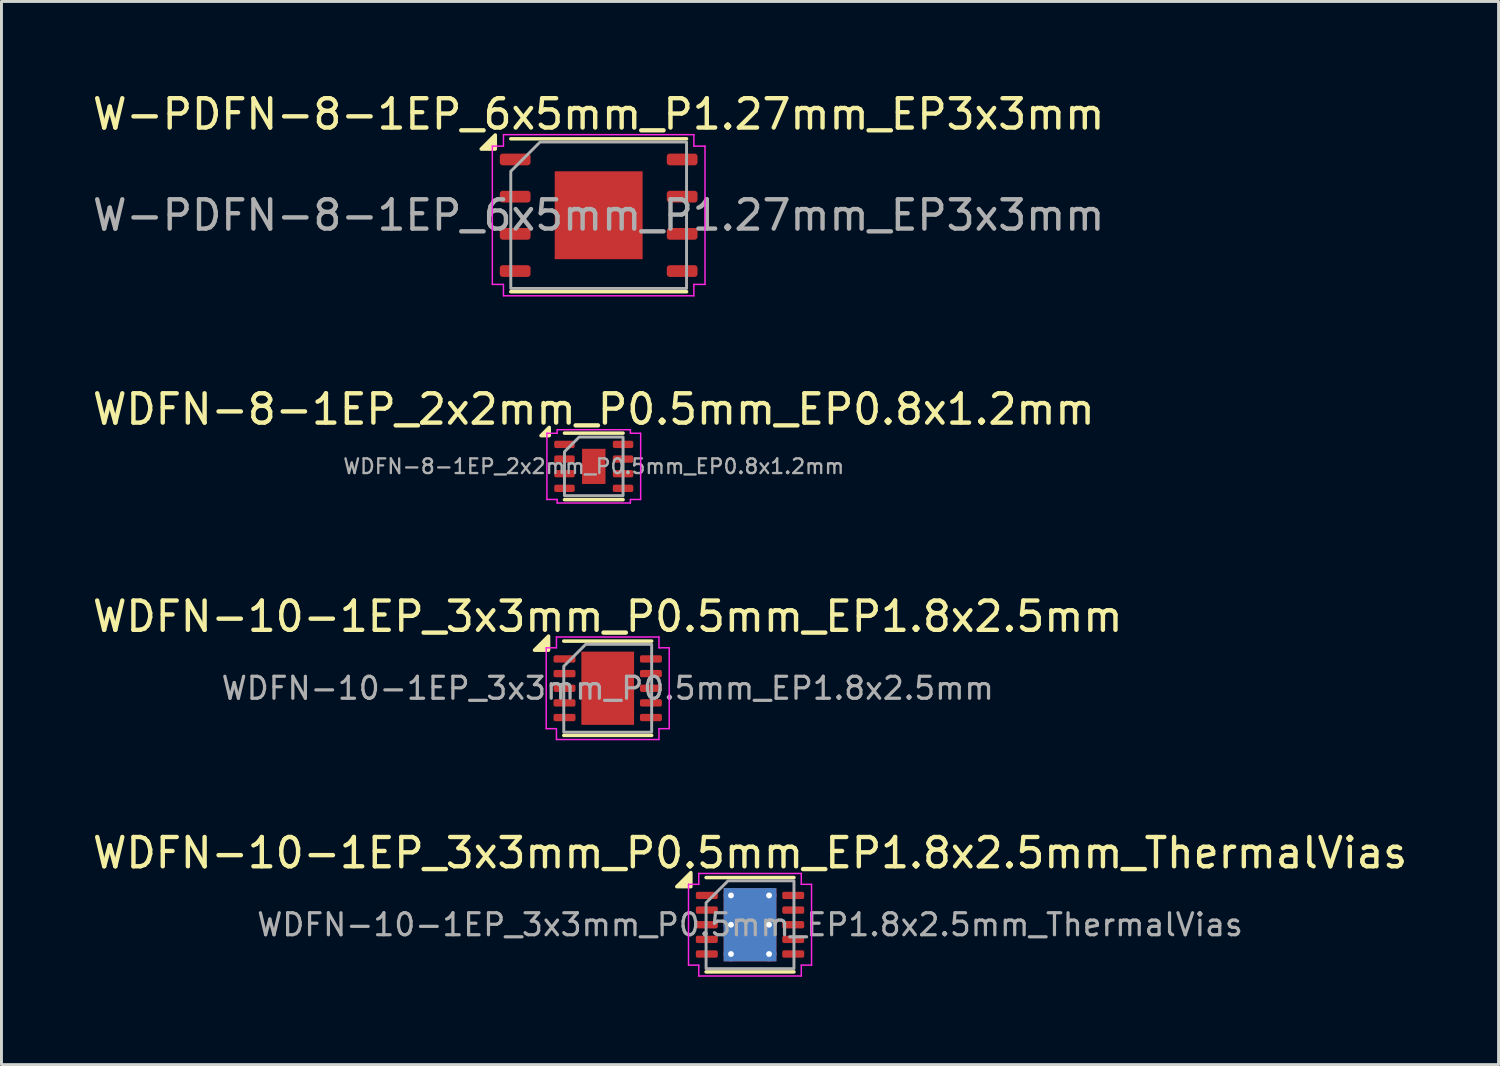
<source format=kicad_pcb>
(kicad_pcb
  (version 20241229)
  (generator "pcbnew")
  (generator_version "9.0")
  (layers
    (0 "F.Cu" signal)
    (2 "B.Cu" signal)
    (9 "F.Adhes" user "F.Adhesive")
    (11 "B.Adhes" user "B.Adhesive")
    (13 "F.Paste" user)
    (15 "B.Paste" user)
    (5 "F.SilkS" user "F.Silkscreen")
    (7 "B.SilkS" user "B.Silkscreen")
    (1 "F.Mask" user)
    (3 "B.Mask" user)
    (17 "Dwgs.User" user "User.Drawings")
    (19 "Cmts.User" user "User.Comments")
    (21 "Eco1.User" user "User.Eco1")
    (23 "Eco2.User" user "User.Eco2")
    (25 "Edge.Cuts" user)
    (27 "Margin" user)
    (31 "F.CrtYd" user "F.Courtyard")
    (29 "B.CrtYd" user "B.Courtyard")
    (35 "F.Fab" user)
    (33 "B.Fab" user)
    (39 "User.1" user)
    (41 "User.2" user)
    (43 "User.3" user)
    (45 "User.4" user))
  (footprint "WDFN-10-1EP_3x3mm_P0.5mm_EP1.8x2.5mm_ThermalVias"
    (layer "F.Cu")
    (at 22.554 28.518)
    (property "Reference" "WDFN-10-1EP_3x3mm_P0.5mm_EP1.8x2.5mm_ThermalVias" (at 0 -2.45 0) (layer "F.SilkS") (effects (font (size 1 1) (thickness 0.15))))
    (attr smd)
    (fp_line (start -1.5 -1.61) (end 1.5 -1.61) (stroke (width 0.12) (type solid)) (layer "F.SilkS"))
    (fp_line (start -1.5 1.61) (end 1.5 1.61) (stroke (width 0.12) (type solid)) (layer "F.SilkS"))
    (fp_poly (pts (xy -2.02 -1.3) (xy -2.5 -1.3) (xy -2.02 -1.78)) (stroke (width 0.12) (type solid)) (fill yes) (layer "F.SilkS"))
    (fp_line (start -2.1 -1.38) (end -1.75 -1.38) (stroke (width 0.05) (type solid)) (layer "F.CrtYd"))
    (fp_line (start -2.1 1.38) (end -2.1 -1.38) (stroke (width 0.05) (type solid)) (layer "F.CrtYd"))
    (fp_line (start -1.75 -1.75) (end 1.75 -1.75) (stroke (width 0.05) (type solid)) (layer "F.CrtYd"))
    (fp_line (start -1.75 -1.38) (end -1.75 -1.75) (stroke (width 0.05) (type solid)) (layer "F.CrtYd"))
    (fp_line (start -1.75 1.38) (end -2.1 1.38) (stroke (width 0.05) (type solid)) (layer "F.CrtYd"))
    (fp_line (start -1.75 1.75) (end -1.75 1.38) (stroke (width 0.05) (type solid)) (layer "F.CrtYd"))
    (fp_line (start 1.75 -1.75) (end 1.75 -1.38) (stroke (width 0.05) (type solid)) (layer "F.CrtYd"))
    (fp_line (start 1.75 -1.38) (end 2.1 -1.38) (stroke (width 0.05) (type solid)) (layer "F.CrtYd"))
    (fp_line (start 1.75 1.38) (end 1.75 1.75) (stroke (width 0.05) (type solid)) (layer "F.CrtYd"))
    (fp_line (start 1.75 1.75) (end -1.75 1.75) (stroke (width 0.05) (type solid)) (layer "F.CrtYd"))
    (fp_line (start 2.1 -1.38) (end 2.1 1.38) (stroke (width 0.05) (type solid)) (layer "F.CrtYd"))
    (fp_line (start 2.1 1.38) (end 1.75 1.38) (stroke (width 0.05) (type solid)) (layer "F.CrtYd"))
    (fp_poly (pts (xy -1.5 -0.75) (xy -1.5 1.5) (xy 1.5 1.5) (xy 1.5 -1.5) (xy -0.75 -1.5)) (stroke (width 0.1) (type solid)) (fill no) (layer "F.Fab"))
    (fp_text user "${REFERENCE}" (at 0 0 0) (layer "F.Fab") (effects (font (size 0.75 0.75) (thickness 0.11))))
    (pad "" smd roundrect (at -0.45 -0.625) (size 0.73 1.01) (layers "F.Paste") (roundrect_rratio 0.25))
    (pad "" smd roundrect (at -0.45 0.625) (size 0.73 1.01) (layers "F.Paste") (roundrect_rratio 0.25))
    (pad "" smd roundrect (at 0.45 -0.625) (size 0.73 1.01) (layers "F.Paste") (roundrect_rratio 0.25))
    (pad "" smd roundrect (at 0.45 0.625) (size 0.73 1.01) (layers "F.Paste") (roundrect_rratio 0.25))
    (pad "1" smd roundrect (at -1.475 -1) (size 0.75 0.25) (layers "F.Cu" "F.Mask" "F.Paste") (roundrect_rratio 0.25))
    (pad "2" smd roundrect (at -1.475 -0.5) (size 0.75 0.25) (layers "F.Cu" "F.Mask" "F.Paste") (roundrect_rratio 0.25))
    (pad "3" smd roundrect (at -1.475 0) (size 0.75 0.25) (layers "F.Cu" "F.Mask" "F.Paste") (roundrect_rratio 0.25))
    (pad "4" smd roundrect (at -1.475 0.5) (size 0.75 0.25) (layers "F.Cu" "F.Mask" "F.Paste") (roundrect_rratio 0.25))
    (pad "5" smd roundrect (at -1.475 1) (size 0.75 0.25) (layers "F.Cu" "F.Mask" "F.Paste") (roundrect_rratio 0.25))
    (pad "6" smd roundrect (at 1.475 1) (size 0.75 0.25) (layers "F.Cu" "F.Mask" "F.Paste") (roundrect_rratio 0.25))
    (pad "7" smd roundrect (at 1.475 0.5) (size 0.75 0.25) (layers "F.Cu" "F.Mask" "F.Paste") (roundrect_rratio 0.25))
    (pad "8" smd roundrect (at 1.475 0) (size 0.75 0.25) (layers "F.Cu" "F.Mask" "F.Paste") (roundrect_rratio 0.25))
    (pad "9" smd roundrect (at 1.475 -0.5) (size 0.75 0.25) (layers "F.Cu" "F.Mask" "F.Paste") (roundrect_rratio 0.25))
    (pad "10" smd roundrect (at 1.475 -1) (size 0.75 0.25) (layers "F.Cu" "F.Mask" "F.Paste") (roundrect_rratio 0.25))
    (pad "11" thru_hole circle (at -0.65 -1) (size 0.5 0.5) (drill 0.2) (property pad_prop_heatsink) (layers "*.Cu"))
    (pad "11" thru_hole circle (at -0.65 0) (size 0.5 0.5) (drill 0.2) (property pad_prop_heatsink) (layers "*.Cu"))
    (pad "11" thru_hole circle (at -0.65 1) (size 0.5 0.5) (drill 0.2) (property pad_prop_heatsink) (layers "*.Cu"))
    (pad "11" smd rect (at 0 0) (size 1.8 2.5) (property pad_prop_heatsink) (layers "F.Cu" "F.Mask"))
    (pad "11" smd rect (at 0 0) (size 1.8 2.5) (property pad_prop_heatsink) (layers "B.Cu"))
    (pad "11" thru_hole circle (at 0.65 -1) (size 0.5 0.5) (drill 0.2) (property pad_prop_heatsink) (layers "*.Cu"))
    (pad "11" thru_hole circle (at 0.65 0) (size 0.5 0.5) (drill 0.2) (property pad_prop_heatsink) (layers "*.Cu"))
    (pad "11" thru_hole circle (at 0.65 1) (size 0.5 0.5) (drill 0.2) (property pad_prop_heatsink) (layers "*.Cu")))
  (footprint "WDFN-8-1EP_2x2mm_P0.5mm_EP0.8x1.2mm"
    (layer "F.Cu")
    (at 17.22 12.871)
    (property "Reference" "WDFN-8-1EP_2x2mm_P0.5mm_EP0.8x1.2mm" (at 0 -1.95 0) (layer "F.SilkS") (effects (font (size 1 1) (thickness 0.15))))
    (attr smd)
    (fp_line (start -1 -1.135) (end 1 -1.135) (stroke (width 0.12) (type solid)) (layer "F.SilkS"))
    (fp_line (start -1 1.135) (end 1 1.135) (stroke (width 0.12) (type solid)) (layer "F.SilkS"))
    (fp_poly (pts (xy -1.52 -1.05) (xy -1.8 -1.05) (xy -1.52 -1.33)) (stroke (width 0.12) (type solid)) (fill yes) (layer "F.SilkS"))
    (fp_line (start -1.6 -1.13) (end -1.25 -1.13) (stroke (width 0.05) (type solid)) (layer "F.CrtYd"))
    (fp_line (start -1.6 1.13) (end -1.6 -1.13) (stroke (width 0.05) (type solid)) (layer "F.CrtYd"))
    (fp_line (start -1.25 -1.25) (end 1.25 -1.25) (stroke (width 0.05) (type solid)) (layer "F.CrtYd"))
    (fp_line (start -1.25 -1.13) (end -1.25 -1.25) (stroke (width 0.05) (type solid)) (layer "F.CrtYd"))
    (fp_line (start -1.25 1.13) (end -1.6 1.13) (stroke (width 0.05) (type solid)) (layer "F.CrtYd"))
    (fp_line (start -1.25 1.25) (end -1.25 1.13) (stroke (width 0.05) (type solid)) (layer "F.CrtYd"))
    (fp_line (start 1.25 -1.25) (end 1.25 -1.13) (stroke (width 0.05) (type solid)) (layer "F.CrtYd"))
    (fp_line (start 1.25 -1.13) (end 1.6 -1.13) (stroke (width 0.05) (type solid)) (layer "F.CrtYd"))
    (fp_line (start 1.25 1.13) (end 1.25 1.25) (stroke (width 0.05) (type solid)) (layer "F.CrtYd"))
    (fp_line (start 1.25 1.25) (end -1.25 1.25) (stroke (width 0.05) (type solid)) (layer "F.CrtYd"))
    (fp_line (start 1.6 -1.13) (end 1.6 1.13) (stroke (width 0.05) (type solid)) (layer "F.CrtYd"))
    (fp_line (start 1.6 1.13) (end 1.25 1.13) (stroke (width 0.05) (type solid)) (layer "F.CrtYd"))
    (fp_poly (pts (xy -1 -0.5) (xy -1 1) (xy 1 1) (xy 1 -1) (xy -0.5 -1)) (stroke (width 0.1) (type solid)) (fill no) (layer "F.Fab"))
    (fp_text user "${REFERENCE}" (at 0 0 0) (layer "F.Fab") (effects (font (size 0.5 0.5) (thickness 0.08))))
    (pad "" smd roundrect (at -0.2 -0.3) (size 0.32 0.48) (layers "F.Paste") (roundrect_rratio 0.25))
    (pad "" smd roundrect (at -0.2 0.3) (size 0.32 0.48) (layers "F.Paste") (roundrect_rratio 0.25))
    (pad "" smd roundrect (at 0.2 -0.3) (size 0.32 0.48) (layers "F.Paste") (roundrect_rratio 0.25))
    (pad "" smd roundrect (at 0.2 0.3) (size 0.32 0.48) (layers "F.Paste") (roundrect_rratio 0.25))
    (pad "1" smd roundrect (at -1 -0.75) (size 0.7 0.25) (layers "F.Cu" "F.Mask" "F.Paste") (roundrect_rratio 0.25))
    (pad "2" smd roundrect (at -1 -0.25) (size 0.7 0.25) (layers "F.Cu" "F.Mask" "F.Paste") (roundrect_rratio 0.25))
    (pad "3" smd roundrect (at -1 0.25) (size 0.7 0.25) (layers "F.Cu" "F.Mask" "F.Paste") (roundrect_rratio 0.25))
    (pad "4" smd roundrect (at -1 0.75) (size 0.7 0.25) (layers "F.Cu" "F.Mask" "F.Paste") (roundrect_rratio 0.25))
    (pad "5" smd roundrect (at 1 0.75) (size 0.7 0.25) (layers "F.Cu" "F.Mask" "F.Paste") (roundrect_rratio 0.25))
    (pad "6" smd roundrect (at 1 0.25) (size 0.7 0.25) (layers "F.Cu" "F.Mask" "F.Paste") (roundrect_rratio 0.25))
    (pad "7" smd roundrect (at 1 -0.25) (size 0.7 0.25) (layers "F.Cu" "F.Mask" "F.Paste") (roundrect_rratio 0.25))
    (pad "8" smd roundrect (at 1 -0.75) (size 0.7 0.25) (layers "F.Cu" "F.Mask" "F.Paste") (roundrect_rratio 0.25))
    (pad "9" smd rect (at 0 0) (size 0.8 1.2) (property pad_prop_heatsink) (layers "F.Cu" "F.Mask")))
  (footprint "W-PDFN-8-1EP_6x5mm_P1.27mm_EP3x3mm"
    (layer "F.Cu")
    (at 17.387 4.298)
    (property "Reference" "W-PDFN-8-1EP_6x5mm_P1.27mm_EP3x3mm" (at 0 -3.45 0) (layer "F.SilkS") (effects (font (size 1 1) (thickness 0.15))))
    (attr smd)
    (fp_line (start -3 -2.61) (end 3 -2.61) (stroke (width 0.12) (type solid)) (layer "F.SilkS"))
    (fp_line (start -3 2.61) (end 3 2.61) (stroke (width 0.12) (type solid)) (layer "F.SilkS"))
    (fp_poly (pts (xy -3.53 -2.26) (xy -4.01 -2.26) (xy -3.53 -2.74)) (stroke (width 0.12) (type solid)) (fill yes) (layer "F.SilkS"))
    (fp_line (start -3.63 -2.36) (end -3.25 -2.36) (stroke (width 0.05) (type solid)) (layer "F.CrtYd"))
    (fp_line (start -3.63 2.36) (end -3.63 -2.36) (stroke (width 0.05) (type solid)) (layer "F.CrtYd"))
    (fp_line (start -3.25 -2.75) (end 3.25 -2.75) (stroke (width 0.05) (type solid)) (layer "F.CrtYd"))
    (fp_line (start -3.25 -2.36) (end -3.25 -2.75) (stroke (width 0.05) (type solid)) (layer "F.CrtYd"))
    (fp_line (start -3.25 2.36) (end -3.63 2.36) (stroke (width 0.05) (type solid)) (layer "F.CrtYd"))
    (fp_line (start -3.25 2.75) (end -3.25 2.36) (stroke (width 0.05) (type solid)) (layer "F.CrtYd"))
    (fp_line (start 3.25 -2.75) (end 3.25 -2.36) (stroke (width 0.05) (type solid)) (layer "F.CrtYd"))
    (fp_line (start 3.25 -2.36) (end 3.63 -2.36) (stroke (width 0.05) (type solid)) (layer "F.CrtYd"))
    (fp_line (start 3.25 2.36) (end 3.25 2.75) (stroke (width 0.05) (type solid)) (layer "F.CrtYd"))
    (fp_line (start 3.25 2.75) (end -3.25 2.75) (stroke (width 0.05) (type solid)) (layer "F.CrtYd"))
    (fp_line (start 3.63 -2.36) (end 3.63 2.36) (stroke (width 0.05) (type solid)) (layer "F.CrtYd"))
    (fp_line (start 3.63 2.36) (end 3.25 2.36) (stroke (width 0.05) (type solid)) (layer "F.CrtYd"))
    (fp_poly (pts (xy -3 -1.5) (xy -3 2.5) (xy 3 2.5) (xy 3 -2.5) (xy -2 -2.5)) (stroke (width 0.1) (type solid)) (fill no) (layer "F.Fab"))
    (fp_text user "${REFERENCE}" (at 0 0 0) (layer "F.Fab") (effects (font (size 1 1) (thickness 0.15))))
    (pad "" smd roundrect (at -0.75 -0.75) (size 1.21 1.21) (layers "F.Paste") (roundrect_rratio 0.207))
    (pad "" smd roundrect (at -0.75 0.75) (size 1.21 1.21) (layers "F.Paste") (roundrect_rratio 0.207))
    (pad "" smd roundrect (at 0.75 -0.75) (size 1.21 1.21) (layers "F.Paste") (roundrect_rratio 0.207))
    (pad "" smd roundrect (at 0.75 0.75) (size 1.21 1.21) (layers "F.Paste") (roundrect_rratio 0.207))
    (pad "1" smd roundrect (at -2.85 -1.905) (size 1.05 0.4) (layers "F.Cu" "F.Mask" "F.Paste") (roundrect_rratio 0.25))
    (pad "2" smd roundrect (at -2.85 -0.635) (size 1.05 0.4) (layers "F.Cu" "F.Mask" "F.Paste") (roundrect_rratio 0.25))
    (pad "3" smd roundrect (at -2.85 0.635) (size 1.05 0.4) (layers "F.Cu" "F.Mask" "F.Paste") (roundrect_rratio 0.25))
    (pad "4" smd roundrect (at -2.85 1.905) (size 1.05 0.4) (layers "F.Cu" "F.Mask" "F.Paste") (roundrect_rratio 0.25))
    (pad "5" smd roundrect (at 2.85 1.905) (size 1.05 0.4) (layers "F.Cu" "F.Mask" "F.Paste") (roundrect_rratio 0.25))
    (pad "6" smd roundrect (at 2.85 0.635) (size 1.05 0.4) (layers "F.Cu" "F.Mask" "F.Paste") (roundrect_rratio 0.25))
    (pad "7" smd roundrect (at 2.85 -0.635) (size 1.05 0.4) (layers "F.Cu" "F.Mask" "F.Paste") (roundrect_rratio 0.25))
    (pad "8" smd roundrect (at 2.85 -1.905) (size 1.05 0.4) (layers "F.Cu" "F.Mask" "F.Paste") (roundrect_rratio 0.25))
    (pad "9" smd rect (at 0 0) (size 3 3) (property pad_prop_heatsink) (layers "F.Cu" "F.Mask")))
  (footprint "WDFN-10-1EP_3x3mm_P0.5mm_EP1.8x2.5mm"
    (layer "F.Cu")
    (at 17.696 20.445)
    (property "Reference" "WDFN-10-1EP_3x3mm_P0.5mm_EP1.8x2.5mm" (at 0 -2.45 0) (layer "F.SilkS") (effects (font (size 1 1) (thickness 0.15))))
    (attr smd)
    (fp_line (start -1.5 -1.61) (end 1.5 -1.61) (stroke (width 0.12) (type solid)) (layer "F.SilkS"))
    (fp_line (start -1.5 1.61) (end 1.5 1.61) (stroke (width 0.12) (type solid)) (layer "F.SilkS"))
    (fp_poly (pts (xy -2.02 -1.3) (xy -2.5 -1.3) (xy -2.02 -1.78)) (stroke (width 0.12) (type solid)) (fill yes) (layer "F.SilkS"))
    (fp_line (start -2.1 -1.38) (end -1.75 -1.38) (stroke (width 0.05) (type solid)) (layer "F.CrtYd"))
    (fp_line (start -2.1 1.38) (end -2.1 -1.38) (stroke (width 0.05) (type solid)) (layer "F.CrtYd"))
    (fp_line (start -1.75 -1.75) (end 1.75 -1.75) (stroke (width 0.05) (type solid)) (layer "F.CrtYd"))
    (fp_line (start -1.75 -1.38) (end -1.75 -1.75) (stroke (width 0.05) (type solid)) (layer "F.CrtYd"))
    (fp_line (start -1.75 1.38) (end -2.1 1.38) (stroke (width 0.05) (type solid)) (layer "F.CrtYd"))
    (fp_line (start -1.75 1.75) (end -1.75 1.38) (stroke (width 0.05) (type solid)) (layer "F.CrtYd"))
    (fp_line (start 1.75 -1.75) (end 1.75 -1.38) (stroke (width 0.05) (type solid)) (layer "F.CrtYd"))
    (fp_line (start 1.75 -1.38) (end 2.1 -1.38) (stroke (width 0.05) (type solid)) (layer "F.CrtYd"))
    (fp_line (start 1.75 1.38) (end 1.75 1.75) (stroke (width 0.05) (type solid)) (layer "F.CrtYd"))
    (fp_line (start 1.75 1.75) (end -1.75 1.75) (stroke (width 0.05) (type solid)) (layer "F.CrtYd"))
    (fp_line (start 2.1 -1.38) (end 2.1 1.38) (stroke (width 0.05) (type solid)) (layer "F.CrtYd"))
    (fp_line (start 2.1 1.38) (end 1.75 1.38) (stroke (width 0.05) (type solid)) (layer "F.CrtYd"))
    (fp_poly (pts (xy -1.5 -0.75) (xy -1.5 1.5) (xy 1.5 1.5) (xy 1.5 -1.5) (xy -0.75 -1.5)) (stroke (width 0.1) (type solid)) (fill no) (layer "F.Fab"))
    (fp_text user "${REFERENCE}" (at 0 0 0) (layer "F.Fab") (effects (font (size 0.75 0.75) (thickness 0.11))))
    (pad "" smd roundrect (at -0.45 -0.625) (size 0.73 1.01) (layers "F.Paste") (roundrect_rratio 0.25))
    (pad "" smd roundrect (at -0.45 0.625) (size 0.73 1.01) (layers "F.Paste") (roundrect_rratio 0.25))
    (pad "" smd roundrect (at 0.45 -0.625) (size 0.73 1.01) (layers "F.Paste") (roundrect_rratio 0.25))
    (pad "" smd roundrect (at 0.45 0.625) (size 0.73 1.01) (layers "F.Paste") (roundrect_rratio 0.25))
    (pad "1" smd roundrect (at -1.475 -1) (size 0.75 0.25) (layers "F.Cu" "F.Mask" "F.Paste") (roundrect_rratio 0.25))
    (pad "2" smd roundrect (at -1.475 -0.5) (size 0.75 0.25) (layers "F.Cu" "F.Mask" "F.Paste") (roundrect_rratio 0.25))
    (pad "3" smd roundrect (at -1.475 0) (size 0.75 0.25) (layers "F.Cu" "F.Mask" "F.Paste") (roundrect_rratio 0.25))
    (pad "4" smd roundrect (at -1.475 0.5) (size 0.75 0.25) (layers "F.Cu" "F.Mask" "F.Paste") (roundrect_rratio 0.25))
    (pad "5" smd roundrect (at -1.475 1) (size 0.75 0.25) (layers "F.Cu" "F.Mask" "F.Paste") (roundrect_rratio 0.25))
    (pad "6" smd roundrect (at 1.475 1) (size 0.75 0.25) (layers "F.Cu" "F.Mask" "F.Paste") (roundrect_rratio 0.25))
    (pad "7" smd roundrect (at 1.475 0.5) (size 0.75 0.25) (layers "F.Cu" "F.Mask" "F.Paste") (roundrect_rratio 0.25))
    (pad "8" smd roundrect (at 1.475 0) (size 0.75 0.25) (layers "F.Cu" "F.Mask" "F.Paste") (roundrect_rratio 0.25))
    (pad "9" smd roundrect (at 1.475 -0.5) (size 0.75 0.25) (layers "F.Cu" "F.Mask" "F.Paste") (roundrect_rratio 0.25))
    (pad "10" smd roundrect (at 1.475 -1) (size 0.75 0.25) (layers "F.Cu" "F.Mask" "F.Paste") (roundrect_rratio 0.25))
    (pad "11" smd rect (at 0 0) (size 1.8 2.5) (property pad_prop_heatsink) (layers "F.Cu" "F.Mask")))
  (gr_rect
    (start -3 -3)
    (end 48.107 33.293)
    (stroke (width 0.1) (type default))
    (fill no)
    (layer "Edge.Cuts")))
</source>
